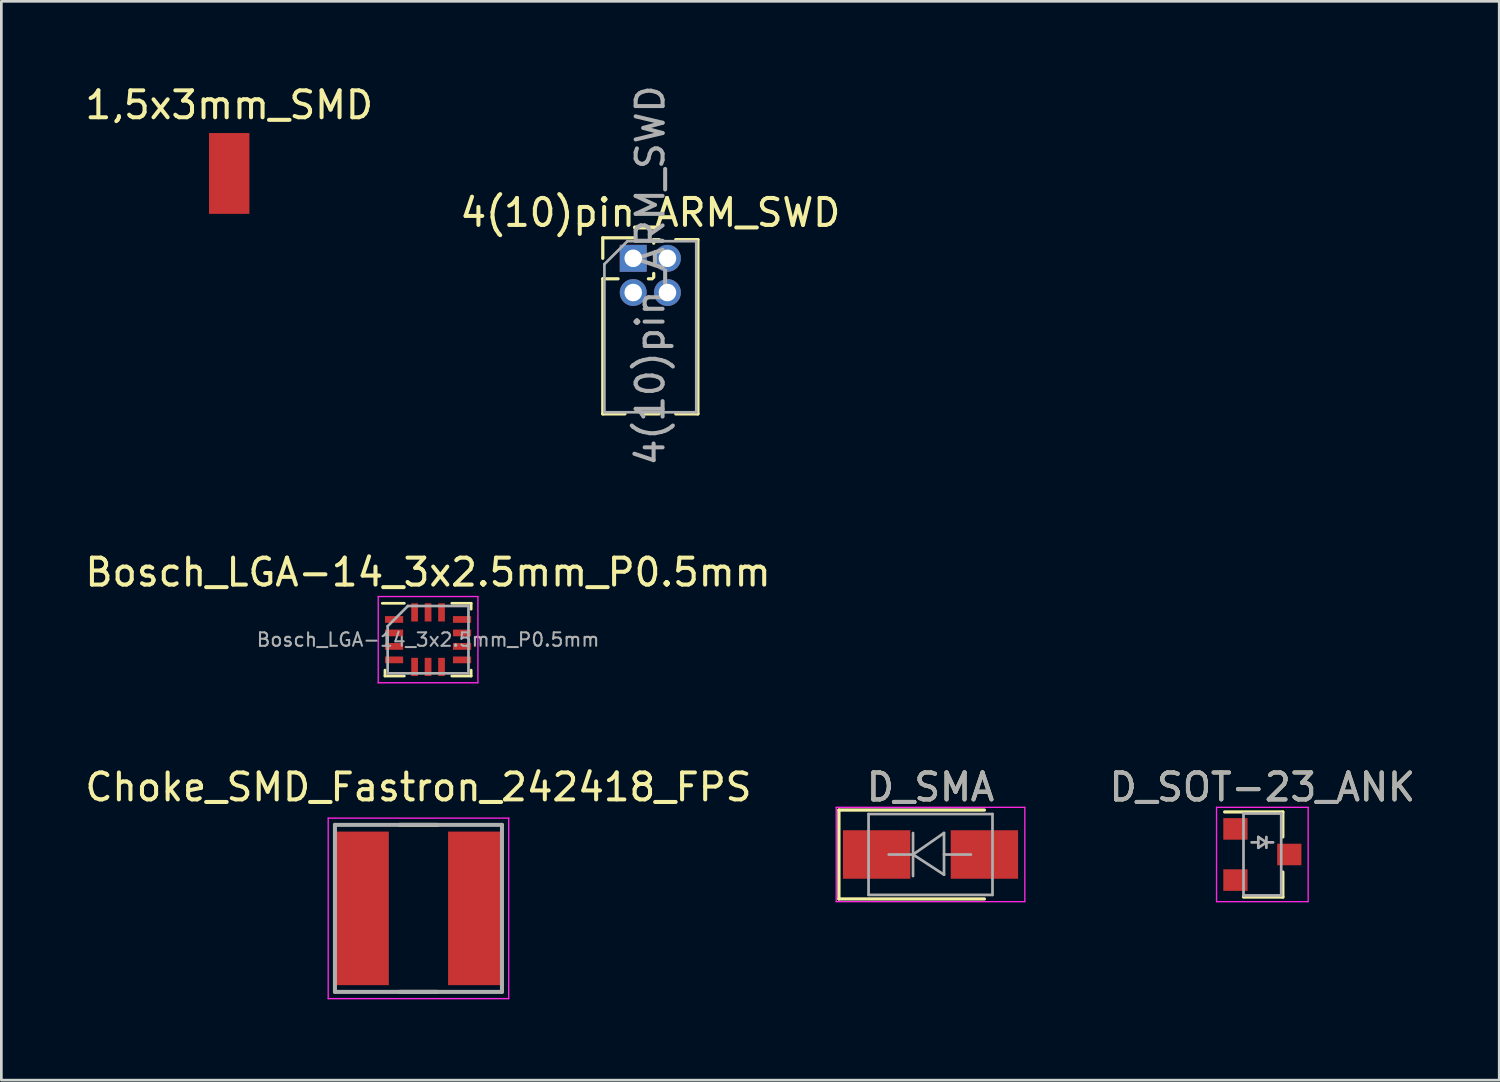
<source format=kicad_pcb>
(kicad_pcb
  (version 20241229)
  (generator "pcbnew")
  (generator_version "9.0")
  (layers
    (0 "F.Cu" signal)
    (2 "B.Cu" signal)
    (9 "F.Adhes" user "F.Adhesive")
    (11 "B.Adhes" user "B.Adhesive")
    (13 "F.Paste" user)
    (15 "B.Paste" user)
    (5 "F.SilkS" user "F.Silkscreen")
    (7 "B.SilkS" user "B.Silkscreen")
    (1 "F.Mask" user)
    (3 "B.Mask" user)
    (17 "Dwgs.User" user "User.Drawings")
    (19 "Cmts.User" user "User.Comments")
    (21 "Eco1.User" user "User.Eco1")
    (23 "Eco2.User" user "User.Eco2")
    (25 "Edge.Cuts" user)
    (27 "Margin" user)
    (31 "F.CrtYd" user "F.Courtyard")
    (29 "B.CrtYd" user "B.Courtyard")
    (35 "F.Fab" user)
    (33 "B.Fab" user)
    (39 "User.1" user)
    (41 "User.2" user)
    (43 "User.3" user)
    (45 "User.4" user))
  (footprint "Bosch_LGA-14_3x2.5mm_P0.5mm"
    (layer "F.Cu")
    (at 12.839 20.693)
    (property "Reference" "Bosch_LGA-14_3x2.5mm_P0.5mm" (at 0 -2.5 180) (layer "F.SilkS") (effects (font (size 1 1) (thickness 0.15))))
    (attr smd)
    (fp_line (start -1.7 -1.35) (end -0.88 -1.35) (stroke (width 0.1) (type solid)) (layer "F.SilkS"))
    (fp_line (start -1.6 1.35) (end -1.6 1.13) (stroke (width 0.1) (type solid)) (layer "F.SilkS"))
    (fp_line (start -1.6 1.35) (end -0.88 1.35) (stroke (width 0.1) (type solid)) (layer "F.SilkS"))
    (fp_line (start 0.88 -1.35) (end 1.6 -1.35) (stroke (width 0.1) (type solid)) (layer "F.SilkS"))
    (fp_line (start 1.6 -1.35) (end 1.6 -1.13) (stroke (width 0.1) (type solid)) (layer "F.SilkS"))
    (fp_line (start 1.6 1.13) (end 1.6 1.35) (stroke (width 0.1) (type solid)) (layer "F.SilkS"))
    (fp_line (start 1.6 1.35) (end 0.88 1.35) (stroke (width 0.1) (type solid)) (layer "F.SilkS"))
    (fp_line (start -1.85 -1.6) (end 1.85 -1.6) (stroke (width 0.05) (type solid)) (layer "F.CrtYd"))
    (fp_line (start -1.85 1.6) (end -1.85 -1.6) (stroke (width 0.05) (type solid)) (layer "F.CrtYd"))
    (fp_line (start 1.85 -1.6) (end 1.85 1.6) (stroke (width 0.05) (type solid)) (layer "F.CrtYd"))
    (fp_line (start 1.85 1.6) (end -1.85 1.6) (stroke (width 0.05) (type solid)) (layer "F.CrtYd"))
    (fp_line (start -1.5 1.25) (end -1.5 -0.5) (stroke (width 0.1) (type solid)) (layer "F.Fab"))
    (fp_line (start -0.75 -1.25) (end -1.5 -0.5) (stroke (width 0.1) (type solid)) (layer "F.Fab"))
    (fp_line (start -0.75 -1.25) (end 1.5 -1.25) (stroke (width 0.1) (type solid)) (layer "F.Fab"))
    (fp_line (start 1.5 -1.25) (end 1.5 1.25) (stroke (width 0.1) (type solid)) (layer "F.Fab"))
    (fp_line (start 1.5 1.25) (end -1.5 1.25) (stroke (width 0.1) (type solid)) (layer "F.Fab"))
    (fp_text user "${REFERENCE}" (at 0 0 180) (layer "F.Fab") (effects (font (size 0.5 0.5) (thickness 0.075))))
    (pad "1" smd rect (at -1.262 -0.75) (size 0.675 0.25) (layers "F.Cu" "F.Mask" "F.Paste"))
    (pad "2" smd rect (at -1.262 -0.25) (size 0.675 0.25) (layers "F.Cu" "F.Mask" "F.Paste"))
    (pad "3" smd rect (at -1.262 0.25) (size 0.675 0.25) (layers "F.Cu" "F.Mask" "F.Paste"))
    (pad "4" smd rect (at -1.262 0.75) (size 0.675 0.25) (layers "F.Cu" "F.Mask" "F.Paste"))
    (pad "5" smd rect (at -0.5 1.012) (size 0.25 0.675) (layers "F.Cu" "F.Mask" "F.Paste"))
    (pad "6" smd rect (at 0 1.012) (size 0.25 0.675) (layers "F.Cu" "F.Mask" "F.Paste"))
    (pad "7" smd rect (at 0.5 1.012) (size 0.25 0.675) (layers "F.Cu" "F.Mask" "F.Paste"))
    (pad "8" smd rect (at 1.262 0.75) (size 0.675 0.25) (layers "F.Cu" "F.Mask" "F.Paste"))
    (pad "9" smd rect (at 1.262 0.25) (size 0.675 0.25) (layers "F.Cu" "F.Mask" "F.Paste"))
    (pad "10" smd rect (at 1.262 -0.25) (size 0.675 0.25) (layers "F.Cu" "F.Mask" "F.Paste"))
    (pad "11" smd rect (at 1.262 -0.75) (size 0.675 0.25) (layers "F.Cu" "F.Mask" "F.Paste"))
    (pad "12" smd rect (at 0.5 -1.012) (size 0.25 0.675) (layers "F.Cu" "F.Mask" "F.Paste"))
    (pad "13" smd rect (at 0 -1.012) (size 0.25 0.675) (layers "F.Cu" "F.Mask" "F.Paste"))
    (pad "14" smd rect (at -0.5 -1.012) (size 0.25 0.675) (layers "F.Cu" "F.Mask" "F.Paste")))
  (footprint "4(10)pin_ARM_SWD"
    (layer "F.Cu")
    (at 20.454 6.538)
    (property "Reference" "4(10)pin_ARM_SWD" (at 0.635 -1.695 180) (layer "F.SilkS") (effects (font (size 1 1) (thickness 0.15))))
    (attr through_hole)
    (fp_line (start -1.13 -0.76) (end 0 -0.76) (stroke (width 0.12) (type solid)) (layer "F.SilkS"))
    (fp_line (start -1.13 0) (end -1.13 -0.76) (stroke (width 0.12) (type solid)) (layer "F.SilkS"))
    (fp_line (start -1.13 0.76) (end -1.13 5.775) (stroke (width 0.12) (type solid)) (layer "F.SilkS"))
    (fp_line (start -1.13 0.76) (end -0.563 0.76) (stroke (width 0.12) (type solid)) (layer "F.SilkS"))
    (fp_line (start -1.13 5.775) (end -0.308 5.775) (stroke (width 0.12) (type solid)) (layer "F.SilkS"))
    (fp_line (start 0.308 5.775) (end 0.962 5.775) (stroke (width 0.12) (type solid)) (layer "F.SilkS"))
    (fp_line (start 0.563 0.76) (end 0.707 0.76) (stroke (width 0.12) (type solid)) (layer "F.SilkS"))
    (fp_line (start 0.76 -0.695) (end 0.962 -0.695) (stroke (width 0.12) (type solid)) (layer "F.SilkS"))
    (fp_line (start 0.76 -0.563) (end 0.76 -0.695) (stroke (width 0.12) (type solid)) (layer "F.SilkS"))
    (fp_line (start 0.76 0.707) (end 0.76 0.563) (stroke (width 0.12) (type solid)) (layer "F.SilkS"))
    (fp_line (start 1.578 -0.695) (end 2.4 -0.695) (stroke (width 0.12) (type solid)) (layer "F.SilkS"))
    (fp_line (start 1.578 5.775) (end 2.4 5.775) (stroke (width 0.12) (type solid)) (layer "F.SilkS"))
    (fp_line (start 2.4 -0.695) (end 2.4 5.775) (stroke (width 0.12) (type solid)) (layer "F.SilkS"))
    (fp_line (start -1.07 0.217) (end -0.217 -0.635) (stroke (width 0.1) (type solid)) (layer "F.Fab"))
    (fp_line (start -1.07 5.715) (end -1.07 0.217) (stroke (width 0.1) (type solid)) (layer "F.Fab"))
    (fp_line (start -0.217 -0.635) (end 2.34 -0.635) (stroke (width 0.1) (type solid)) (layer "F.Fab"))
    (fp_line (start 2.34 -0.635) (end 2.34 5.715) (stroke (width 0.1) (type solid)) (layer "F.Fab"))
    (fp_line (start 2.34 5.715) (end -1.07 5.715) (stroke (width 0.1) (type solid)) (layer "F.Fab"))
    (fp_text user "${REFERENCE}" (at 0.635 0.635 90) (layer "F.Fab") (effects (font (size 1 1) (thickness 0.15))))
    (pad "1" thru_hole rect (at 0 0) (size 1 1) (drill 0.65) (layers "*.Cu" "*.Mask"))
    (pad "2" thru_hole oval (at 1.27 0) (size 1 1) (drill 0.65) (layers "*.Cu" "*.Mask"))
    (pad "3" thru_hole oval (at 0 1.27) (size 1 1) (drill 0.65) (layers "*.Cu" "*.Mask"))
    (pad "4" thru_hole oval (at 1.27 1.27) (size 1 1) (drill 0.65) (layers "*.Cu" "*.Mask")))
  (footprint "1,5x3mm_SMD"
    (layer "F.Cu")
    (at 5.458 3.388)
    (property "Reference" "1,5x3mm_SMD" (at 0 -2.54 0) (layer "F.SilkS") (effects (font (size 1 1) (thickness 0.15))))
    (attr through_hole)
    (pad "1" smd rect (at 0 0) (size 1.5 3) (layers "F.Cu" "F.Mask" "F.Paste")))
  (footprint "Choke_SMD_Fastron_242418_FPS"
    (layer "F.Cu")
    (at 12.482 30.667)
    (property "Reference" "Choke_SMD_Fastron_242418_FPS" (at 0 -4.5 0) (layer "F.SilkS") (effects (font (size 1 1) (thickness 0.15))))
    (attr smd)
    (fp_line (start -0.7 3.1) (end 0.7 3.1) (stroke (width 0.15) (type solid)) (layer "F.SilkS"))
    (fp_line (start 0.7 -3.1) (end -0.7 -3.1) (stroke (width 0.15) (type solid)) (layer "F.SilkS"))
    (fp_line (start -3.35 -3.35) (end 3.35 -3.35) (stroke (width 0.05) (type solid)) (layer "F.CrtYd"))
    (fp_line (start -3.35 3.35) (end -3.35 -3.35) (stroke (width 0.05) (type solid)) (layer "F.CrtYd"))
    (fp_line (start 3.35 -3.35) (end 3.35 3.35) (stroke (width 0.05) (type solid)) (layer "F.CrtYd"))
    (fp_line (start 3.35 3.35) (end -3.35 3.35) (stroke (width 0.05) (type solid)) (layer "F.CrtYd"))
    (fp_line (start -3.1 -3.1) (end 3.1 -3.1) (stroke (width 0.15) (type solid)) (layer "F.Fab"))
    (fp_line (start -3.1 3.1) (end -3.1 -3.1) (stroke (width 0.15) (type solid)) (layer "F.Fab"))
    (fp_line (start 3.1 -3.1) (end 3.1 3.1) (stroke (width 0.15) (type solid)) (layer "F.Fab"))
    (fp_line (start 3.1 3.1) (end -3.1 3.1) (stroke (width 0.15) (type solid)) (layer "F.Fab"))
    (pad "1" smd rect (at -2.1 0) (size 2 5.7) (layers "F.Cu" "F.Mask" "F.Paste"))
    (pad "2" smd rect (at 2.1 0) (size 2 5.7) (layers "F.Cu" "F.Mask" "F.Paste")))
  (footprint "D_SMA"
    (layer "F.Cu")
    (at 31.489 28.667)
    (property "Reference" "D_SMA" (at 0 -2.5 0) (layer "F.SilkS") (effects (font (size 1 1) (thickness 0.15))))
    (attr smd)
    (fp_line (start -3.4 -1.65) (end -3.4 1.65) (stroke (width 0.12) (type solid)) (layer "F.SilkS"))
    (fp_line (start -3.4 -1.65) (end 2 -1.65) (stroke (width 0.12) (type solid)) (layer "F.SilkS"))
    (fp_line (start -3.4 1.65) (end 2 1.65) (stroke (width 0.12) (type solid)) (layer "F.SilkS"))
    (fp_line (start -3.5 -1.75) (end 3.5 -1.75) (stroke (width 0.05) (type solid)) (layer "F.CrtYd"))
    (fp_line (start -3.5 1.75) (end -3.5 -1.75) (stroke (width 0.05) (type solid)) (layer "F.CrtYd"))
    (fp_line (start 3.5 -1.75) (end 3.5 1.75) (stroke (width 0.05) (type solid)) (layer "F.CrtYd"))
    (fp_line (start 3.5 1.75) (end -3.5 1.75) (stroke (width 0.05) (type solid)) (layer "F.CrtYd"))
    (fp_line (start -2.3 1.5) (end -2.3 -1.5) (stroke (width 0.1) (type solid)) (layer "F.Fab"))
    (fp_line (start -0.649 -0.799) (end -0.649 0.801) (stroke (width 0.1) (type solid)) (layer "F.Fab"))
    (fp_line (start -0.649 0.001) (end -1.551 0.001) (stroke (width 0.1) (type solid)) (layer "F.Fab"))
    (fp_line (start -0.649 0.001) (end 0.501 -0.799) (stroke (width 0.1) (type solid)) (layer "F.Fab"))
    (fp_line (start -0.649 0.001) (end 0.501 0.75) (stroke (width 0.1) (type solid)) (layer "F.Fab"))
    (fp_line (start 0.501 0.001) (end 1.499 0.001) (stroke (width 0.1) (type solid)) (layer "F.Fab"))
    (fp_line (start 0.501 0.75) (end 0.501 -0.799) (stroke (width 0.1) (type solid)) (layer "F.Fab"))
    (fp_line (start 2.3 -1.5) (end -2.3 -1.5) (stroke (width 0.1) (type solid)) (layer "F.Fab"))
    (fp_line (start 2.3 -1.5) (end 2.3 1.5) (stroke (width 0.1) (type solid)) (layer "F.Fab"))
    (fp_line (start 2.3 1.5) (end -2.3 1.5) (stroke (width 0.1) (type solid)) (layer "F.Fab"))
    (fp_text user "${REFERENCE}" (at 0 -2.5 0) (layer "F.Fab") (effects (font (size 1 1) (thickness 0.15))))
    (pad "1" smd rect (at -2 0) (size 2.5 1.8) (layers "F.Cu" "F.Mask" "F.Paste"))
    (pad "2" smd rect (at 2 0) (size 2.5 1.8) (layers "F.Cu" "F.Mask" "F.Paste")))
  (footprint "D_SOT-23_ANK"
    (layer "F.Cu")
    (at 43.806 28.667)
    (property "Reference" "D_SOT-23_ANK" (at 0 -2.5 0) (layer "F.SilkS") (effects (font (size 1 1) (thickness 0.15))))
    (attr smd)
    (fp_line (start 0.76 -1.58) (end -1.4 -1.58) (stroke (width 0.12) (type solid)) (layer "F.SilkS"))
    (fp_line (start 0.76 -1.58) (end 0.76 -0.65) (stroke (width 0.12) (type solid)) (layer "F.SilkS"))
    (fp_line (start 0.76 1.58) (end -0.7 1.58) (stroke (width 0.12) (type solid)) (layer "F.SilkS"))
    (fp_line (start 0.76 1.58) (end 0.76 0.65) (stroke (width 0.12) (type solid)) (layer "F.SilkS"))
    (fp_line (start -1.7 -1.75) (end 1.7 -1.75) (stroke (width 0.05) (type solid)) (layer "F.CrtYd"))
    (fp_line (start -1.7 1.75) (end -1.7 -1.75) (stroke (width 0.05) (type solid)) (layer "F.CrtYd"))
    (fp_line (start 1.7 -1.75) (end 1.7 1.75) (stroke (width 0.05) (type solid)) (layer "F.CrtYd"))
    (fp_line (start 1.7 1.75) (end -1.7 1.75) (stroke (width 0.05) (type solid)) (layer "F.CrtYd"))
    (fp_line (start -0.7 -1.52) (end -0.7 1.52) (stroke (width 0.1) (type solid)) (layer "F.Fab"))
    (fp_line (start -0.7 -1.52) (end 0.7 -1.52) (stroke (width 0.1) (type solid)) (layer "F.Fab"))
    (fp_line (start -0.7 1.52) (end 0.7 1.52) (stroke (width 0.1) (type solid)) (layer "F.Fab"))
    (fp_line (start -0.15 -0.65) (end -0.15 -0.25) (stroke (width 0.1) (type solid)) (layer "F.Fab"))
    (fp_line (start -0.15 -0.45) (end -0.4 -0.45) (stroke (width 0.1) (type solid)) (layer "F.Fab"))
    (fp_line (start -0.15 -0.25) (end 0.15 -0.45) (stroke (width 0.1) (type solid)) (layer "F.Fab"))
    (fp_line (start 0.15 -0.65) (end 0.15 -0.25) (stroke (width 0.1) (type solid)) (layer "F.Fab"))
    (fp_line (start 0.15 -0.45) (end -0.15 -0.65) (stroke (width 0.1) (type solid)) (layer "F.Fab"))
    (fp_line (start 0.15 -0.45) (end 0.4 -0.45) (stroke (width 0.1) (type solid)) (layer "F.Fab"))
    (fp_line (start 0.7 -1.52) (end 0.7 1.52) (stroke (width 0.1) (type solid)) (layer "F.Fab"))
    (fp_text user "${REFERENCE}" (at 0 -2.5 0) (layer "F.Fab") (effects (font (size 1 1) (thickness 0.15))))
    (pad "" smd rect (at -1 0.95) (size 0.9 0.8) (layers "F.Cu" "F.Mask" "F.Paste"))
    (pad "1" smd rect (at 1 0) (size 0.9 0.8) (layers "F.Cu" "F.Mask" "F.Paste"))
    (pad "2" smd rect (at -1 -0.95) (size 0.9 0.8) (layers "F.Cu" "F.Mask" "F.Paste")))
  (gr_rect
    (start -3 -3)
    (end 52.598 37.042)
    (stroke (width 0.1) (type default))
    (fill no)
    (layer "Edge.Cuts")))
</source>
